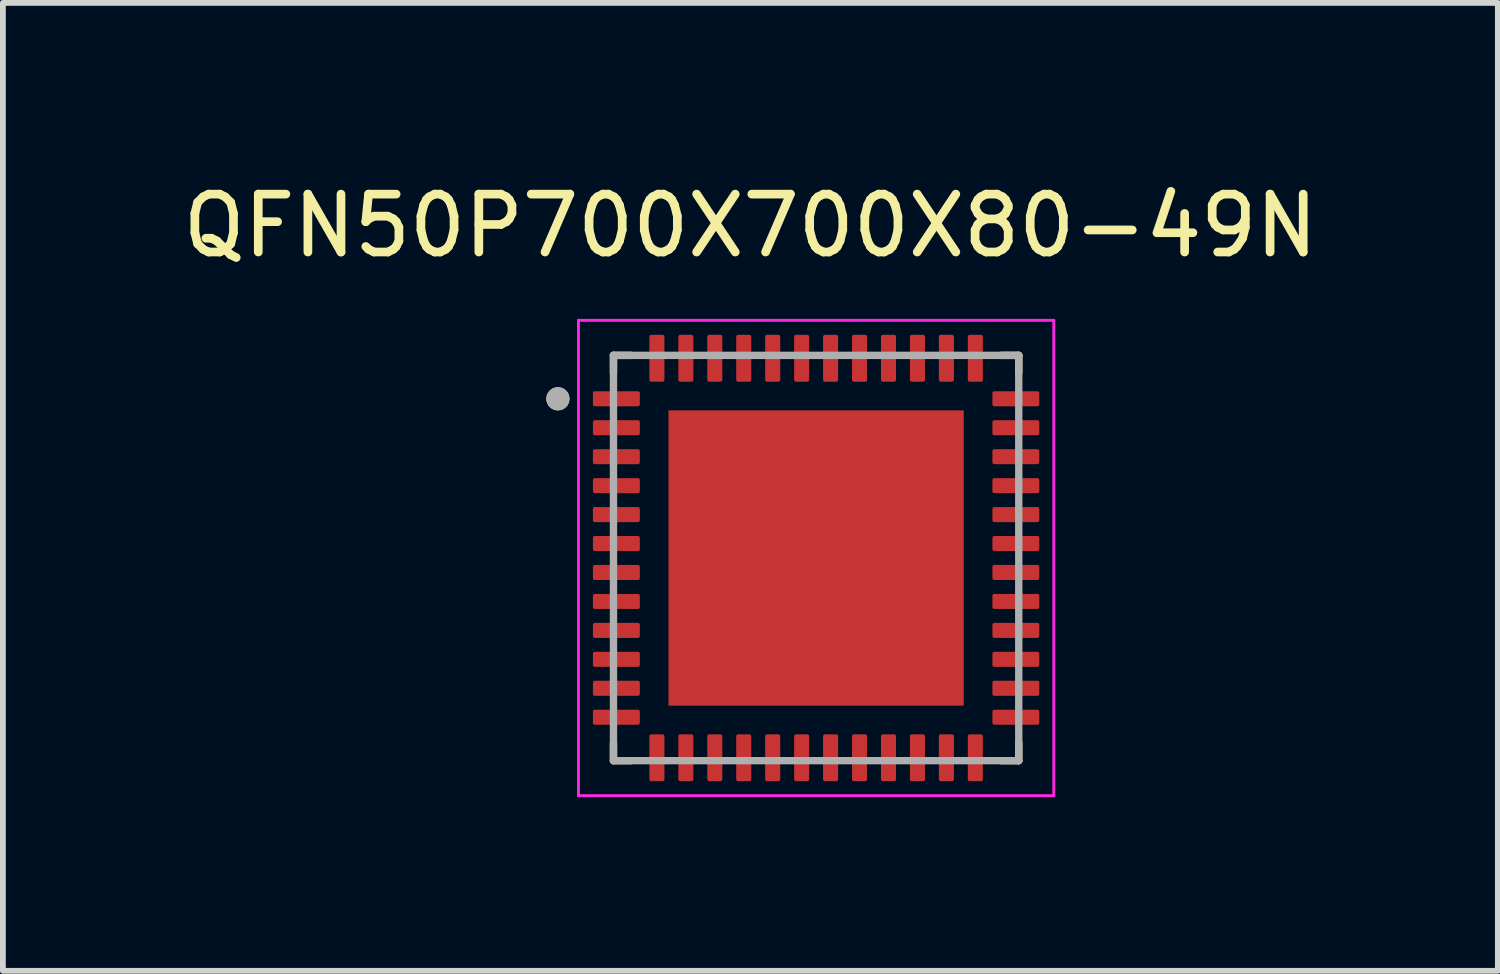
<source format=kicad_pcb>
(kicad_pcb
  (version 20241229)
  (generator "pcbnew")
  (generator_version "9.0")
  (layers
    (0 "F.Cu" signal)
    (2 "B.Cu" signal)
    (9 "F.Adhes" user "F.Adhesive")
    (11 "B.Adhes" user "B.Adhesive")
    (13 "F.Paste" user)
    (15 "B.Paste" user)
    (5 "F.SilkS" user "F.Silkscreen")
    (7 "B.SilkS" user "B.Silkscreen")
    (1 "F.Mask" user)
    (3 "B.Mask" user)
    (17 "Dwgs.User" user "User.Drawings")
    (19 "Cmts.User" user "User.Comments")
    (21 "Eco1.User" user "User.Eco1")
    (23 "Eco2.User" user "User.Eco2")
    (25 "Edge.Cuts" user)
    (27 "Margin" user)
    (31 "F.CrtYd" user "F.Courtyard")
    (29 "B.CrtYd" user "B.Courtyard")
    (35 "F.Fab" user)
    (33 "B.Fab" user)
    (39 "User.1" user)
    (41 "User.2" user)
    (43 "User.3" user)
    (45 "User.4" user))
  (footprint "QFN50P700X700X80-49N"
    (layer "F.Cu")
    (at 11.046 6.588)
    (property "Reference" "QFN50P700X700X80-49N" (at -1.135 -5.74 0) (layer "F.SilkS") (effects (font (size 1 1) (thickness 0.15))))
    (attr smd)
    (fp_line (start -3.5 -3.5) (end -3.5 -3.2) (stroke (width 0.127) (type solid)) (layer "F.SilkS"))
    (fp_line (start -3.5 -3.5) (end -3.2 -3.5) (stroke (width 0.127) (type solid)) (layer "F.SilkS"))
    (fp_line (start -3.5 3.5) (end -3.5 3.2) (stroke (width 0.127) (type solid)) (layer "F.SilkS"))
    (fp_line (start -3.5 3.5) (end -3.2 3.5) (stroke (width 0.127) (type solid)) (layer "F.SilkS"))
    (fp_line (start 3.5 -3.5) (end 3.2 -3.5) (stroke (width 0.127) (type solid)) (layer "F.SilkS"))
    (fp_line (start 3.5 -3.5) (end 3.5 -3.2) (stroke (width 0.127) (type solid)) (layer "F.SilkS"))
    (fp_line (start 3.5 3.5) (end 3.2 3.5) (stroke (width 0.127) (type solid)) (layer "F.SilkS"))
    (fp_line (start 3.5 3.5) (end 3.5 3.2) (stroke (width 0.127) (type solid)) (layer "F.SilkS"))
    (fp_circle (center -4.46 -2.75) (end -4.36 -2.75) (stroke (width 0.2) (type solid)) (fill no) (layer "F.SilkS"))
    (fp_poly (pts (xy -2.085 -2.085) (xy -0.465 -2.085) (xy -0.465 -0.465) (xy -2.085 -0.465)) (stroke (width 0.01) (type solid)) (fill yes) (layer "F.Paste"))
    (fp_poly (pts (xy -2.085 0.465) (xy -0.465 0.465) (xy -0.465 2.085) (xy -2.085 2.085)) (stroke (width 0.01) (type solid)) (fill yes) (layer "F.Paste"))
    (fp_poly (pts (xy 0.465 -2.085) (xy 2.085 -2.085) (xy 2.085 -0.465) (xy 0.465 -0.465)) (stroke (width 0.01) (type solid)) (fill yes) (layer "F.Paste"))
    (fp_poly (pts (xy 0.465 0.465) (xy 2.085 0.465) (xy 2.085 2.085) (xy 0.465 2.085)) (stroke (width 0.01) (type solid)) (fill yes) (layer "F.Paste"))
    (fp_line (start -4.105 -4.105) (end 4.105 -4.105) (stroke (width 0.05) (type solid)) (layer "F.CrtYd"))
    (fp_line (start -4.105 4.105) (end -4.105 -4.105) (stroke (width 0.05) (type solid)) (layer "F.CrtYd"))
    (fp_line (start -4.105 4.105) (end 4.105 4.105) (stroke (width 0.05) (type solid)) (layer "F.CrtYd"))
    (fp_line (start 4.105 4.105) (end 4.105 -4.105) (stroke (width 0.05) (type solid)) (layer "F.CrtYd"))
    (fp_line (start -3.5 3.5) (end -3.5 -3.5) (stroke (width 0.127) (type solid)) (layer "F.Fab"))
    (fp_line (start 3.5 -3.5) (end -3.5 -3.5) (stroke (width 0.127) (type solid)) (layer "F.Fab"))
    (fp_line (start 3.5 3.5) (end -3.5 3.5) (stroke (width 0.127) (type solid)) (layer "F.Fab"))
    (fp_line (start 3.5 3.5) (end 3.5 -3.5) (stroke (width 0.127) (type solid)) (layer "F.Fab"))
    (fp_circle (center -4.46 -2.75) (end -4.36 -2.75) (stroke (width 0.2) (type solid)) (fill no) (layer "F.Fab"))
    (pad "1" smd roundrect (at -3.45 -2.75) (size 0.81 0.26) (layers "F.Cu" "F.Mask" "F.Paste") (roundrect_rratio 0.125))
    (pad "2" smd roundrect (at -3.45 -2.25) (size 0.81 0.26) (layers "F.Cu" "F.Mask" "F.Paste") (roundrect_rratio 0.125))
    (pad "3" smd roundrect (at -3.45 -1.75) (size 0.81 0.26) (layers "F.Cu" "F.Mask" "F.Paste") (roundrect_rratio 0.125))
    (pad "4" smd roundrect (at -3.45 -1.25) (size 0.81 0.26) (layers "F.Cu" "F.Mask" "F.Paste") (roundrect_rratio 0.125))
    (pad "5" smd roundrect (at -3.45 -0.75) (size 0.81 0.26) (layers "F.Cu" "F.Mask" "F.Paste") (roundrect_rratio 0.125))
    (pad "6" smd roundrect (at -3.45 -0.25) (size 0.81 0.26) (layers "F.Cu" "F.Mask" "F.Paste") (roundrect_rratio 0.125))
    (pad "7" smd roundrect (at -3.45 0.25) (size 0.81 0.26) (layers "F.Cu" "F.Mask" "F.Paste") (roundrect_rratio 0.125))
    (pad "8" smd roundrect (at -3.45 0.75) (size 0.81 0.26) (layers "F.Cu" "F.Mask" "F.Paste") (roundrect_rratio 0.125))
    (pad "9" smd roundrect (at -3.45 1.25) (size 0.81 0.26) (layers "F.Cu" "F.Mask" "F.Paste") (roundrect_rratio 0.125))
    (pad "10" smd roundrect (at -3.45 1.75) (size 0.81 0.26) (layers "F.Cu" "F.Mask" "F.Paste") (roundrect_rratio 0.125))
    (pad "11" smd roundrect (at -3.45 2.25) (size 0.81 0.26) (layers "F.Cu" "F.Mask" "F.Paste") (roundrect_rratio 0.125))
    (pad "12" smd roundrect (at -3.45 2.75) (size 0.81 0.26) (layers "F.Cu" "F.Mask" "F.Paste") (roundrect_rratio 0.125))
    (pad "13" smd roundrect (at -2.75 3.45) (size 0.26 0.81) (layers "F.Cu" "F.Mask" "F.Paste") (roundrect_rratio 0.125))
    (pad "14" smd roundrect (at -2.25 3.45) (size 0.26 0.81) (layers "F.Cu" "F.Mask" "F.Paste") (roundrect_rratio 0.125))
    (pad "15" smd roundrect (at -1.75 3.45) (size 0.26 0.81) (layers "F.Cu" "F.Mask" "F.Paste") (roundrect_rratio 0.125))
    (pad "16" smd roundrect (at -1.25 3.45) (size 0.26 0.81) (layers "F.Cu" "F.Mask" "F.Paste") (roundrect_rratio 0.125))
    (pad "17" smd roundrect (at -0.75 3.45) (size 0.26 0.81) (layers "F.Cu" "F.Mask" "F.Paste") (roundrect_rratio 0.125))
    (pad "18" smd roundrect (at -0.25 3.45) (size 0.26 0.81) (layers "F.Cu" "F.Mask" "F.Paste") (roundrect_rratio 0.125))
    (pad "19" smd roundrect (at 0.25 3.45) (size 0.26 0.81) (layers "F.Cu" "F.Mask" "F.Paste") (roundrect_rratio 0.125))
    (pad "20" smd roundrect (at 0.75 3.45) (size 0.26 0.81) (layers "F.Cu" "F.Mask" "F.Paste") (roundrect_rratio 0.125))
    (pad "21" smd roundrect (at 1.25 3.45) (size 0.26 0.81) (layers "F.Cu" "F.Mask" "F.Paste") (roundrect_rratio 0.125))
    (pad "22" smd roundrect (at 1.75 3.45) (size 0.26 0.81) (layers "F.Cu" "F.Mask" "F.Paste") (roundrect_rratio 0.125))
    (pad "23" smd roundrect (at 2.25 3.45) (size 0.26 0.81) (layers "F.Cu" "F.Mask" "F.Paste") (roundrect_rratio 0.125))
    (pad "24" smd roundrect (at 2.75 3.45) (size 0.26 0.81) (layers "F.Cu" "F.Mask" "F.Paste") (roundrect_rratio 0.125))
    (pad "25" smd roundrect (at 3.45 2.75) (size 0.81 0.26) (layers "F.Cu" "F.Mask" "F.Paste") (roundrect_rratio 0.125))
    (pad "26" smd roundrect (at 3.45 2.25) (size 0.81 0.26) (layers "F.Cu" "F.Mask" "F.Paste") (roundrect_rratio 0.125))
    (pad "27" smd roundrect (at 3.45 1.75) (size 0.81 0.26) (layers "F.Cu" "F.Mask" "F.Paste") (roundrect_rratio 0.125))
    (pad "28" smd roundrect (at 3.45 1.25) (size 0.81 0.26) (layers "F.Cu" "F.Mask" "F.Paste") (roundrect_rratio 0.125))
    (pad "29" smd roundrect (at 3.45 0.75) (size 0.81 0.26) (layers "F.Cu" "F.Mask" "F.Paste") (roundrect_rratio 0.125))
    (pad "30" smd roundrect (at 3.45 0.25) (size 0.81 0.26) (layers "F.Cu" "F.Mask" "F.Paste") (roundrect_rratio 0.125))
    (pad "31" smd roundrect (at 3.45 -0.25) (size 0.81 0.26) (layers "F.Cu" "F.Mask" "F.Paste") (roundrect_rratio 0.125))
    (pad "32" smd roundrect (at 3.45 -0.75) (size 0.81 0.26) (layers "F.Cu" "F.Mask" "F.Paste") (roundrect_rratio 0.125))
    (pad "33" smd roundrect (at 3.45 -1.25) (size 0.81 0.26) (layers "F.Cu" "F.Mask" "F.Paste") (roundrect_rratio 0.125))
    (pad "34" smd roundrect (at 3.45 -1.75) (size 0.81 0.26) (layers "F.Cu" "F.Mask" "F.Paste") (roundrect_rratio 0.125))
    (pad "35" smd roundrect (at 3.45 -2.25) (size 0.81 0.26) (layers "F.Cu" "F.Mask" "F.Paste") (roundrect_rratio 0.125))
    (pad "36" smd roundrect (at 3.45 -2.75) (size 0.81 0.26) (layers "F.Cu" "F.Mask" "F.Paste") (roundrect_rratio 0.125))
    (pad "37" smd roundrect (at 2.75 -3.45) (size 0.26 0.81) (layers "F.Cu" "F.Mask" "F.Paste") (roundrect_rratio 0.125))
    (pad "38" smd roundrect (at 2.25 -3.45) (size 0.26 0.81) (layers "F.Cu" "F.Mask" "F.Paste") (roundrect_rratio 0.125))
    (pad "39" smd roundrect (at 1.75 -3.45) (size 0.26 0.81) (layers "F.Cu" "F.Mask" "F.Paste") (roundrect_rratio 0.125))
    (pad "40" smd roundrect (at 1.25 -3.45) (size 0.26 0.81) (layers "F.Cu" "F.Mask" "F.Paste") (roundrect_rratio 0.125))
    (pad "41" smd roundrect (at 0.75 -3.45) (size 0.26 0.81) (layers "F.Cu" "F.Mask" "F.Paste") (roundrect_rratio 0.125))
    (pad "42" smd roundrect (at 0.25 -3.45) (size 0.26 0.81) (layers "F.Cu" "F.Mask" "F.Paste") (roundrect_rratio 0.125))
    (pad "43" smd roundrect (at -0.25 -3.45) (size 0.26 0.81) (layers "F.Cu" "F.Mask" "F.Paste") (roundrect_rratio 0.125))
    (pad "44" smd roundrect (at -0.75 -3.45) (size 0.26 0.81) (layers "F.Cu" "F.Mask" "F.Paste") (roundrect_rratio 0.125))
    (pad "45" smd roundrect (at -1.25 -3.45) (size 0.26 0.81) (layers "F.Cu" "F.Mask" "F.Paste") (roundrect_rratio 0.125))
    (pad "46" smd roundrect (at -1.75 -3.45) (size 0.26 0.81) (layers "F.Cu" "F.Mask" "F.Paste") (roundrect_rratio 0.125))
    (pad "47" smd roundrect (at -2.25 -3.45) (size 0.26 0.81) (layers "F.Cu" "F.Mask" "F.Paste") (roundrect_rratio 0.125))
    (pad "48" smd roundrect (at -2.75 -3.45) (size 0.26 0.81) (layers "F.Cu" "F.Mask" "F.Paste") (roundrect_rratio 0.125))
    (pad "49" smd rect (at 0 0) (size 5.1 5.1) (layers "F.Cu" "F.Mask")))
  (gr_rect
    (start -3 -3)
    (end 22.821 13.718)
    (stroke (width 0.1) (type default))
    (fill no)
    (layer "Edge.Cuts")))
</source>
